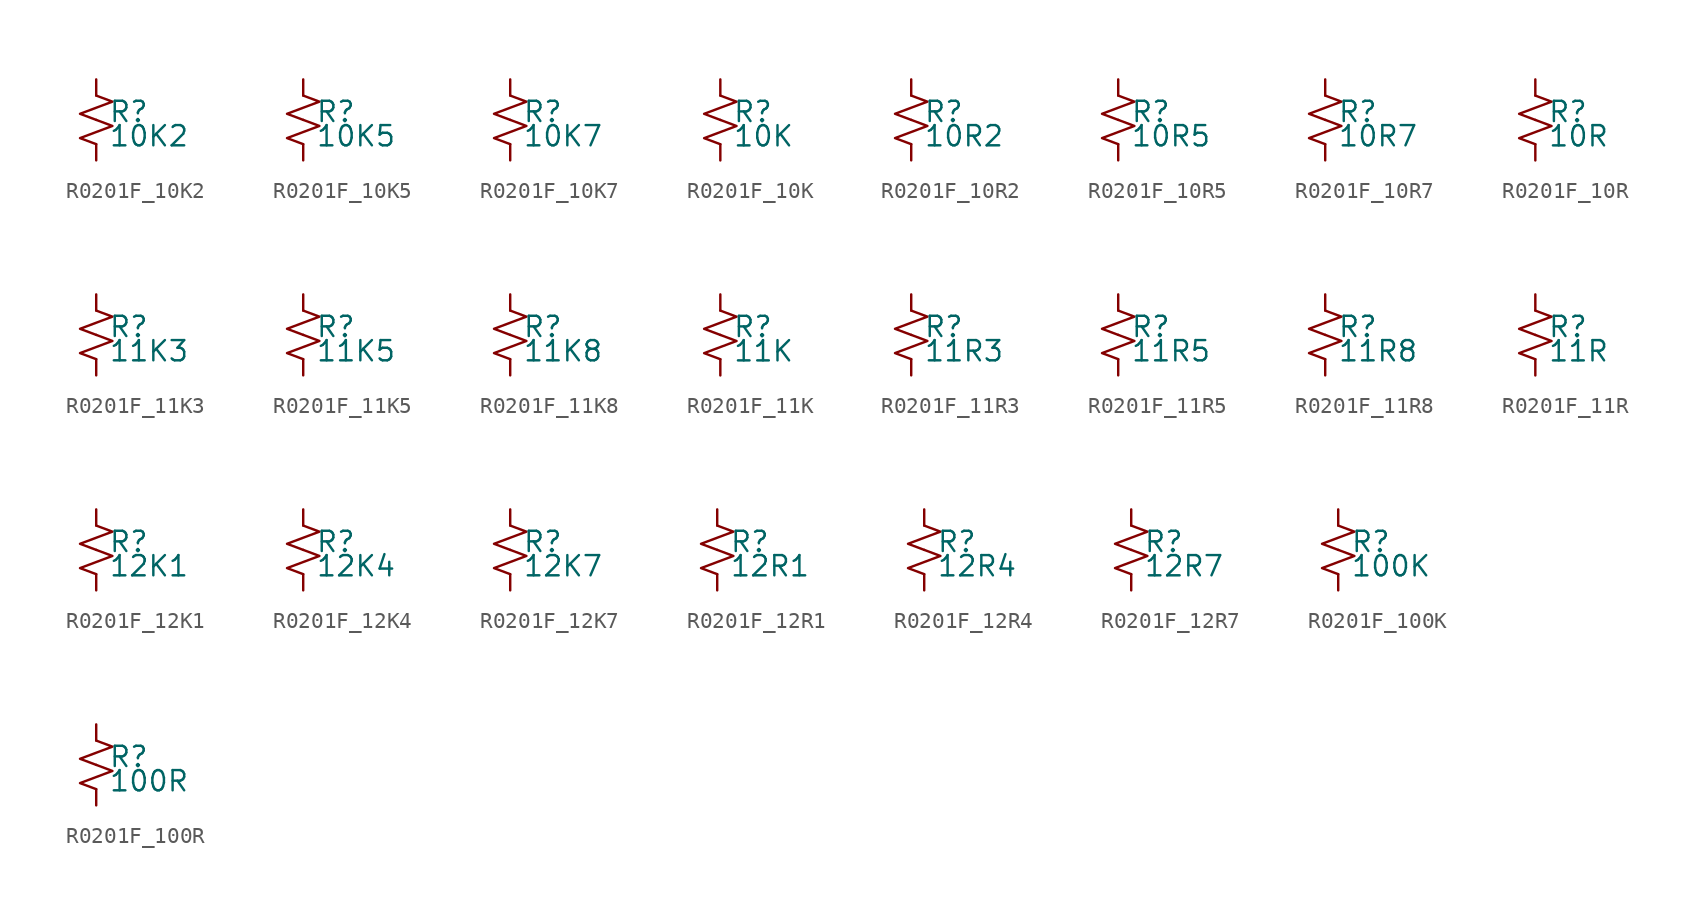
<source format=kicad_sym>
(kicad_symbol_lib
  (version 20220914)
  (generator kicad_symbol_editor)
  (symbol "R0201F_10K2"
    (pin_numbers hide)
    (pin_names
      (offset 0.254) hide)
    (property "Reference" "R"
      (at 0.762 0.508 0)
      (effects (font (size 1.27 1.27)) (justify left)))
    (property "Value" "10K2"
      (at 0.762 -1.016 0)
      (effects (font (size 1.27 1.27)) (justify left)))
    (symbol "R0201F_10K2_1_1"
      (polyline (pts (xy 0 0) (xy 1.016 -0.381) (xy 0 -0.762) (xy -1.016 -1.143) (xy 0 -1.524)) (stroke (width 0) (type default)) (fill (type none)))
      (polyline (pts (xy 0 1.524) (xy 1.016 1.143) (xy 0 0.762) (xy -1.016 0.381) (xy 0 0)) (stroke (width 0) (type default)) (fill (type none)))
      (pin passive line (at 0 2.54 270) (length 1.016) (name "~" (effects (font (size 1.27 1.27)))) (number "1" (effects (font (size 1.27 1.27)))))
      (pin passive line (at 0 -2.54 90) (length 1.016) (name "~" (effects (font (size 1.27 1.27)))) (number "2" (effects (font (size 1.27 1.27)))))))
  (symbol "R0201F_10K5"
    (pin_numbers hide)
    (pin_names
      (offset 0.254) hide)
    (property "Reference" "R"
      (at 0.762 0.508 0)
      (effects (font (size 1.27 1.27)) (justify left)))
    (property "Value" "10K5"
      (at 0.762 -1.016 0)
      (effects (font (size 1.27 1.27)) (justify left)))
    (symbol "R0201F_10K5_1_1"
      (polyline (pts (xy 0 0) (xy 1.016 -0.381) (xy 0 -0.762) (xy -1.016 -1.143) (xy 0 -1.524)) (stroke (width 0) (type default)) (fill (type none)))
      (polyline (pts (xy 0 1.524) (xy 1.016 1.143) (xy 0 0.762) (xy -1.016 0.381) (xy 0 0)) (stroke (width 0) (type default)) (fill (type none)))
      (pin passive line (at 0 2.54 270) (length 1.016) (name "~" (effects (font (size 1.27 1.27)))) (number "1" (effects (font (size 1.27 1.27)))))
      (pin passive line (at 0 -2.54 90) (length 1.016) (name "~" (effects (font (size 1.27 1.27)))) (number "2" (effects (font (size 1.27 1.27)))))))
  (symbol "R0201F_10K7"
    (pin_numbers hide)
    (pin_names
      (offset 0.254) hide)
    (property "Reference" "R"
      (at 0.762 0.508 0)
      (effects (font (size 1.27 1.27)) (justify left)))
    (property "Value" "10K7"
      (at 0.762 -1.016 0)
      (effects (font (size 1.27 1.27)) (justify left)))
    (symbol "R0201F_10K7_1_1"
      (polyline (pts (xy 0 0) (xy 1.016 -0.381) (xy 0 -0.762) (xy -1.016 -1.143) (xy 0 -1.524)) (stroke (width 0) (type default)) (fill (type none)))
      (polyline (pts (xy 0 1.524) (xy 1.016 1.143) (xy 0 0.762) (xy -1.016 0.381) (xy 0 0)) (stroke (width 0) (type default)) (fill (type none)))
      (pin passive line (at 0 2.54 270) (length 1.016) (name "~" (effects (font (size 1.27 1.27)))) (number "1" (effects (font (size 1.27 1.27)))))
      (pin passive line (at 0 -2.54 90) (length 1.016) (name "~" (effects (font (size 1.27 1.27)))) (number "2" (effects (font (size 1.27 1.27)))))))
  (symbol "R0201F_10K"
    (pin_numbers hide)
    (pin_names
      (offset 0.254) hide)
    (property "Reference" "R"
      (at 0.762 0.508 0)
      (effects (font (size 1.27 1.27)) (justify left)))
    (property "Value" "10K"
      (at 0.762 -1.016 0)
      (effects (font (size 1.27 1.27)) (justify left)))
    (symbol "R0201F_10K_1_1"
      (polyline (pts (xy 0 0) (xy 1.016 -0.381) (xy 0 -0.762) (xy -1.016 -1.143) (xy 0 -1.524)) (stroke (width 0) (type default)) (fill (type none)))
      (polyline (pts (xy 0 1.524) (xy 1.016 1.143) (xy 0 0.762) (xy -1.016 0.381) (xy 0 0)) (stroke (width 0) (type default)) (fill (type none)))
      (pin passive line (at 0 2.54 270) (length 1.016) (name "~" (effects (font (size 1.27 1.27)))) (number "1" (effects (font (size 1.27 1.27)))))
      (pin passive line (at 0 -2.54 90) (length 1.016) (name "~" (effects (font (size 1.27 1.27)))) (number "2" (effects (font (size 1.27 1.27)))))))
  (symbol "R0201F_10R2"
    (pin_numbers hide)
    (pin_names
      (offset 0.254) hide)
    (property "Reference" "R"
      (at 0.762 0.508 0)
      (effects (font (size 1.27 1.27)) (justify left)))
    (property "Value" "10R2"
      (at 0.762 -1.016 0)
      (effects (font (size 1.27 1.27)) (justify left)))
    (symbol "R0201F_10R2_1_1"
      (polyline (pts (xy 0 0) (xy 1.016 -0.381) (xy 0 -0.762) (xy -1.016 -1.143) (xy 0 -1.524)) (stroke (width 0) (type default)) (fill (type none)))
      (polyline (pts (xy 0 1.524) (xy 1.016 1.143) (xy 0 0.762) (xy -1.016 0.381) (xy 0 0)) (stroke (width 0) (type default)) (fill (type none)))
      (pin passive line (at 0 2.54 270) (length 1.016) (name "~" (effects (font (size 1.27 1.27)))) (number "1" (effects (font (size 1.27 1.27)))))
      (pin passive line (at 0 -2.54 90) (length 1.016) (name "~" (effects (font (size 1.27 1.27)))) (number "2" (effects (font (size 1.27 1.27)))))))
  (symbol "R0201F_10R5"
    (pin_numbers hide)
    (pin_names
      (offset 0.254) hide)
    (property "Reference" "R"
      (at 0.762 0.508 0)
      (effects (font (size 1.27 1.27)) (justify left)))
    (property "Value" "10R5"
      (at 0.762 -1.016 0)
      (effects (font (size 1.27 1.27)) (justify left)))
    (symbol "R0201F_10R5_1_1"
      (polyline (pts (xy 0 0) (xy 1.016 -0.381) (xy 0 -0.762) (xy -1.016 -1.143) (xy 0 -1.524)) (stroke (width 0) (type default)) (fill (type none)))
      (polyline (pts (xy 0 1.524) (xy 1.016 1.143) (xy 0 0.762) (xy -1.016 0.381) (xy 0 0)) (stroke (width 0) (type default)) (fill (type none)))
      (pin passive line (at 0 2.54 270) (length 1.016) (name "~" (effects (font (size 1.27 1.27)))) (number "1" (effects (font (size 1.27 1.27)))))
      (pin passive line (at 0 -2.54 90) (length 1.016) (name "~" (effects (font (size 1.27 1.27)))) (number "2" (effects (font (size 1.27 1.27)))))))
  (symbol "R0201F_10R7"
    (pin_numbers hide)
    (pin_names
      (offset 0.254) hide)
    (property "Reference" "R"
      (at 0.762 0.508 0)
      (effects (font (size 1.27 1.27)) (justify left)))
    (property "Value" "10R7"
      (at 0.762 -1.016 0)
      (effects (font (size 1.27 1.27)) (justify left)))
    (symbol "R0201F_10R7_1_1"
      (polyline (pts (xy 0 0) (xy 1.016 -0.381) (xy 0 -0.762) (xy -1.016 -1.143) (xy 0 -1.524)) (stroke (width 0) (type default)) (fill (type none)))
      (polyline (pts (xy 0 1.524) (xy 1.016 1.143) (xy 0 0.762) (xy -1.016 0.381) (xy 0 0)) (stroke (width 0) (type default)) (fill (type none)))
      (pin passive line (at 0 2.54 270) (length 1.016) (name "~" (effects (font (size 1.27 1.27)))) (number "1" (effects (font (size 1.27 1.27)))))
      (pin passive line (at 0 -2.54 90) (length 1.016) (name "~" (effects (font (size 1.27 1.27)))) (number "2" (effects (font (size 1.27 1.27)))))))
  (symbol "R0201F_10R"
    (pin_numbers hide)
    (pin_names
      (offset 0.254) hide)
    (property "Reference" "R"
      (at 0.762 0.508 0)
      (effects (font (size 1.27 1.27)) (justify left)))
    (property "Value" "10R"
      (at 0.762 -1.016 0)
      (effects (font (size 1.27 1.27)) (justify left)))
    (symbol "R0201F_10R_1_1"
      (polyline (pts (xy 0 0) (xy 1.016 -0.381) (xy 0 -0.762) (xy -1.016 -1.143) (xy 0 -1.524)) (stroke (width 0) (type default)) (fill (type none)))
      (polyline (pts (xy 0 1.524) (xy 1.016 1.143) (xy 0 0.762) (xy -1.016 0.381) (xy 0 0)) (stroke (width 0) (type default)) (fill (type none)))
      (pin passive line (at 0 2.54 270) (length 1.016) (name "~" (effects (font (size 1.27 1.27)))) (number "1" (effects (font (size 1.27 1.27)))))
      (pin passive line (at 0 -2.54 90) (length 1.016) (name "~" (effects (font (size 1.27 1.27)))) (number "2" (effects (font (size 1.27 1.27)))))))
  (symbol "R0201F_11K3"
    (pin_numbers hide)
    (pin_names
      (offset 0.254) hide)
    (property "Reference" "R"
      (at 0.762 0.508 0)
      (effects (font (size 1.27 1.27)) (justify left)))
    (property "Value" "11K3"
      (at 0.762 -1.016 0)
      (effects (font (size 1.27 1.27)) (justify left)))
    (symbol "R0201F_11K3_1_1"
      (polyline (pts (xy 0 0) (xy 1.016 -0.381) (xy 0 -0.762) (xy -1.016 -1.143) (xy 0 -1.524)) (stroke (width 0) (type default)) (fill (type none)))
      (polyline (pts (xy 0 1.524) (xy 1.016 1.143) (xy 0 0.762) (xy -1.016 0.381) (xy 0 0)) (stroke (width 0) (type default)) (fill (type none)))
      (pin passive line (at 0 2.54 270) (length 1.016) (name "~" (effects (font (size 1.27 1.27)))) (number "1" (effects (font (size 1.27 1.27)))))
      (pin passive line (at 0 -2.54 90) (length 1.016) (name "~" (effects (font (size 1.27 1.27)))) (number "2" (effects (font (size 1.27 1.27)))))))
  (symbol "R0201F_11K5"
    (pin_numbers hide)
    (pin_names
      (offset 0.254) hide)
    (property "Reference" "R"
      (at 0.762 0.508 0)
      (effects (font (size 1.27 1.27)) (justify left)))
    (property "Value" "11K5"
      (at 0.762 -1.016 0)
      (effects (font (size 1.27 1.27)) (justify left)))
    (symbol "R0201F_11K5_1_1"
      (polyline (pts (xy 0 0) (xy 1.016 -0.381) (xy 0 -0.762) (xy -1.016 -1.143) (xy 0 -1.524)) (stroke (width 0) (type default)) (fill (type none)))
      (polyline (pts (xy 0 1.524) (xy 1.016 1.143) (xy 0 0.762) (xy -1.016 0.381) (xy 0 0)) (stroke (width 0) (type default)) (fill (type none)))
      (pin passive line (at 0 2.54 270) (length 1.016) (name "~" (effects (font (size 1.27 1.27)))) (number "1" (effects (font (size 1.27 1.27)))))
      (pin passive line (at 0 -2.54 90) (length 1.016) (name "~" (effects (font (size 1.27 1.27)))) (number "2" (effects (font (size 1.27 1.27)))))))
  (symbol "R0201F_11K8"
    (pin_numbers hide)
    (pin_names
      (offset 0.254) hide)
    (property "Reference" "R"
      (at 0.762 0.508 0)
      (effects (font (size 1.27 1.27)) (justify left)))
    (property "Value" "11K8"
      (at 0.762 -1.016 0)
      (effects (font (size 1.27 1.27)) (justify left)))
    (symbol "R0201F_11K8_1_1"
      (polyline (pts (xy 0 0) (xy 1.016 -0.381) (xy 0 -0.762) (xy -1.016 -1.143) (xy 0 -1.524)) (stroke (width 0) (type default)) (fill (type none)))
      (polyline (pts (xy 0 1.524) (xy 1.016 1.143) (xy 0 0.762) (xy -1.016 0.381) (xy 0 0)) (stroke (width 0) (type default)) (fill (type none)))
      (pin passive line (at 0 2.54 270) (length 1.016) (name "~" (effects (font (size 1.27 1.27)))) (number "1" (effects (font (size 1.27 1.27)))))
      (pin passive line (at 0 -2.54 90) (length 1.016) (name "~" (effects (font (size 1.27 1.27)))) (number "2" (effects (font (size 1.27 1.27)))))))
  (symbol "R0201F_11K"
    (pin_numbers hide)
    (pin_names
      (offset 0.254) hide)
    (property "Reference" "R"
      (at 0.762 0.508 0)
      (effects (font (size 1.27 1.27)) (justify left)))
    (property "Value" "11K"
      (at 0.762 -1.016 0)
      (effects (font (size 1.27 1.27)) (justify left)))
    (symbol "R0201F_11K_1_1"
      (polyline (pts (xy 0 0) (xy 1.016 -0.381) (xy 0 -0.762) (xy -1.016 -1.143) (xy 0 -1.524)) (stroke (width 0) (type default)) (fill (type none)))
      (polyline (pts (xy 0 1.524) (xy 1.016 1.143) (xy 0 0.762) (xy -1.016 0.381) (xy 0 0)) (stroke (width 0) (type default)) (fill (type none)))
      (pin passive line (at 0 2.54 270) (length 1.016) (name "~" (effects (font (size 1.27 1.27)))) (number "1" (effects (font (size 1.27 1.27)))))
      (pin passive line (at 0 -2.54 90) (length 1.016) (name "~" (effects (font (size 1.27 1.27)))) (number "2" (effects (font (size 1.27 1.27)))))))
  (symbol "R0201F_11R3"
    (pin_numbers hide)
    (pin_names
      (offset 0.254) hide)
    (property "Reference" "R"
      (at 0.762 0.508 0)
      (effects (font (size 1.27 1.27)) (justify left)))
    (property "Value" "11R3"
      (at 0.762 -1.016 0)
      (effects (font (size 1.27 1.27)) (justify left)))
    (symbol "R0201F_11R3_1_1"
      (polyline (pts (xy 0 0) (xy 1.016 -0.381) (xy 0 -0.762) (xy -1.016 -1.143) (xy 0 -1.524)) (stroke (width 0) (type default)) (fill (type none)))
      (polyline (pts (xy 0 1.524) (xy 1.016 1.143) (xy 0 0.762) (xy -1.016 0.381) (xy 0 0)) (stroke (width 0) (type default)) (fill (type none)))
      (pin passive line (at 0 2.54 270) (length 1.016) (name "~" (effects (font (size 1.27 1.27)))) (number "1" (effects (font (size 1.27 1.27)))))
      (pin passive line (at 0 -2.54 90) (length 1.016) (name "~" (effects (font (size 1.27 1.27)))) (number "2" (effects (font (size 1.27 1.27)))))))
  (symbol "R0201F_11R5"
    (pin_numbers hide)
    (pin_names
      (offset 0.254) hide)
    (property "Reference" "R"
      (at 0.762 0.508 0)
      (effects (font (size 1.27 1.27)) (justify left)))
    (property "Value" "11R5"
      (at 0.762 -1.016 0)
      (effects (font (size 1.27 1.27)) (justify left)))
    (symbol "R0201F_11R5_1_1"
      (polyline (pts (xy 0 0) (xy 1.016 -0.381) (xy 0 -0.762) (xy -1.016 -1.143) (xy 0 -1.524)) (stroke (width 0) (type default)) (fill (type none)))
      (polyline (pts (xy 0 1.524) (xy 1.016 1.143) (xy 0 0.762) (xy -1.016 0.381) (xy 0 0)) (stroke (width 0) (type default)) (fill (type none)))
      (pin passive line (at 0 2.54 270) (length 1.016) (name "~" (effects (font (size 1.27 1.27)))) (number "1" (effects (font (size 1.27 1.27)))))
      (pin passive line (at 0 -2.54 90) (length 1.016) (name "~" (effects (font (size 1.27 1.27)))) (number "2" (effects (font (size 1.27 1.27)))))))
  (symbol "R0201F_11R8"
    (pin_numbers hide)
    (pin_names
      (offset 0.254) hide)
    (property "Reference" "R"
      (at 0.762 0.508 0)
      (effects (font (size 1.27 1.27)) (justify left)))
    (property "Value" "11R8"
      (at 0.762 -1.016 0)
      (effects (font (size 1.27 1.27)) (justify left)))
    (symbol "R0201F_11R8_1_1"
      (polyline (pts (xy 0 0) (xy 1.016 -0.381) (xy 0 -0.762) (xy -1.016 -1.143) (xy 0 -1.524)) (stroke (width 0) (type default)) (fill (type none)))
      (polyline (pts (xy 0 1.524) (xy 1.016 1.143) (xy 0 0.762) (xy -1.016 0.381) (xy 0 0)) (stroke (width 0) (type default)) (fill (type none)))
      (pin passive line (at 0 2.54 270) (length 1.016) (name "~" (effects (font (size 1.27 1.27)))) (number "1" (effects (font (size 1.27 1.27)))))
      (pin passive line (at 0 -2.54 90) (length 1.016) (name "~" (effects (font (size 1.27 1.27)))) (number "2" (effects (font (size 1.27 1.27)))))))
  (symbol "R0201F_11R"
    (pin_numbers hide)
    (pin_names
      (offset 0.254) hide)
    (property "Reference" "R"
      (at 0.762 0.508 0)
      (effects (font (size 1.27 1.27)) (justify left)))
    (property "Value" "11R"
      (at 0.762 -1.016 0)
      (effects (font (size 1.27 1.27)) (justify left)))
    (symbol "R0201F_11R_1_1"
      (polyline (pts (xy 0 0) (xy 1.016 -0.381) (xy 0 -0.762) (xy -1.016 -1.143) (xy 0 -1.524)) (stroke (width 0) (type default)) (fill (type none)))
      (polyline (pts (xy 0 1.524) (xy 1.016 1.143) (xy 0 0.762) (xy -1.016 0.381) (xy 0 0)) (stroke (width 0) (type default)) (fill (type none)))
      (pin passive line (at 0 2.54 270) (length 1.016) (name "~" (effects (font (size 1.27 1.27)))) (number "1" (effects (font (size 1.27 1.27)))))
      (pin passive line (at 0 -2.54 90) (length 1.016) (name "~" (effects (font (size 1.27 1.27)))) (number "2" (effects (font (size 1.27 1.27)))))))
  (symbol "R0201F_12K1"
    (pin_numbers hide)
    (pin_names
      (offset 0.254) hide)
    (property "Reference" "R"
      (at 0.762 0.508 0)
      (effects (font (size 1.27 1.27)) (justify left)))
    (property "Value" "12K1"
      (at 0.762 -1.016 0)
      (effects (font (size 1.27 1.27)) (justify left)))
    (symbol "R0201F_12K1_1_1"
      (polyline (pts (xy 0 0) (xy 1.016 -0.381) (xy 0 -0.762) (xy -1.016 -1.143) (xy 0 -1.524)) (stroke (width 0) (type default)) (fill (type none)))
      (polyline (pts (xy 0 1.524) (xy 1.016 1.143) (xy 0 0.762) (xy -1.016 0.381) (xy 0 0)) (stroke (width 0) (type default)) (fill (type none)))
      (pin passive line (at 0 2.54 270) (length 1.016) (name "~" (effects (font (size 1.27 1.27)))) (number "1" (effects (font (size 1.27 1.27)))))
      (pin passive line (at 0 -2.54 90) (length 1.016) (name "~" (effects (font (size 1.27 1.27)))) (number "2" (effects (font (size 1.27 1.27)))))))
  (symbol "R0201F_12K4"
    (pin_numbers hide)
    (pin_names
      (offset 0.254) hide)
    (property "Reference" "R"
      (at 0.762 0.508 0)
      (effects (font (size 1.27 1.27)) (justify left)))
    (property "Value" "12K4"
      (at 0.762 -1.016 0)
      (effects (font (size 1.27 1.27)) (justify left)))
    (symbol "R0201F_12K4_1_1"
      (polyline (pts (xy 0 0) (xy 1.016 -0.381) (xy 0 -0.762) (xy -1.016 -1.143) (xy 0 -1.524)) (stroke (width 0) (type default)) (fill (type none)))
      (polyline (pts (xy 0 1.524) (xy 1.016 1.143) (xy 0 0.762) (xy -1.016 0.381) (xy 0 0)) (stroke (width 0) (type default)) (fill (type none)))
      (pin passive line (at 0 2.54 270) (length 1.016) (name "~" (effects (font (size 1.27 1.27)))) (number "1" (effects (font (size 1.27 1.27)))))
      (pin passive line (at 0 -2.54 90) (length 1.016) (name "~" (effects (font (size 1.27 1.27)))) (number "2" (effects (font (size 1.27 1.27)))))))
  (symbol "R0201F_12K7"
    (pin_numbers hide)
    (pin_names
      (offset 0.254) hide)
    (property "Reference" "R"
      (at 0.762 0.508 0)
      (effects (font (size 1.27 1.27)) (justify left)))
    (property "Value" "12K7"
      (at 0.762 -1.016 0)
      (effects (font (size 1.27 1.27)) (justify left)))
    (symbol "R0201F_12K7_1_1"
      (polyline (pts (xy 0 0) (xy 1.016 -0.381) (xy 0 -0.762) (xy -1.016 -1.143) (xy 0 -1.524)) (stroke (width 0) (type default)) (fill (type none)))
      (polyline (pts (xy 0 1.524) (xy 1.016 1.143) (xy 0 0.762) (xy -1.016 0.381) (xy 0 0)) (stroke (width 0) (type default)) (fill (type none)))
      (pin passive line (at 0 2.54 270) (length 1.016) (name "~" (effects (font (size 1.27 1.27)))) (number "1" (effects (font (size 1.27 1.27)))))
      (pin passive line (at 0 -2.54 90) (length 1.016) (name "~" (effects (font (size 1.27 1.27)))) (number "2" (effects (font (size 1.27 1.27)))))))
  (symbol "R0201F_12R1"
    (pin_numbers hide)
    (pin_names
      (offset 0.254) hide)
    (property "Reference" "R"
      (at 0.762 0.508 0)
      (effects (font (size 1.27 1.27)) (justify left)))
    (property "Value" "12R1"
      (at 0.762 -1.016 0)
      (effects (font (size 1.27 1.27)) (justify left)))
    (symbol "R0201F_12R1_1_1"
      (polyline (pts (xy 0 0) (xy 1.016 -0.381) (xy 0 -0.762) (xy -1.016 -1.143) (xy 0 -1.524)) (stroke (width 0) (type default)) (fill (type none)))
      (polyline (pts (xy 0 1.524) (xy 1.016 1.143) (xy 0 0.762) (xy -1.016 0.381) (xy 0 0)) (stroke (width 0) (type default)) (fill (type none)))
      (pin passive line (at 0 2.54 270) (length 1.016) (name "~" (effects (font (size 1.27 1.27)))) (number "1" (effects (font (size 1.27 1.27)))))
      (pin passive line (at 0 -2.54 90) (length 1.016) (name "~" (effects (font (size 1.27 1.27)))) (number "2" (effects (font (size 1.27 1.27)))))))
  (symbol "R0201F_12R4"
    (pin_numbers hide)
    (pin_names
      (offset 0.254) hide)
    (property "Reference" "R"
      (at 0.762 0.508 0)
      (effects (font (size 1.27 1.27)) (justify left)))
    (property "Value" "12R4"
      (at 0.762 -1.016 0)
      (effects (font (size 1.27 1.27)) (justify left)))
    (symbol "R0201F_12R4_1_1"
      (polyline (pts (xy 0 0) (xy 1.016 -0.381) (xy 0 -0.762) (xy -1.016 -1.143) (xy 0 -1.524)) (stroke (width 0) (type default)) (fill (type none)))
      (polyline (pts (xy 0 1.524) (xy 1.016 1.143) (xy 0 0.762) (xy -1.016 0.381) (xy 0 0)) (stroke (width 0) (type default)) (fill (type none)))
      (pin passive line (at 0 2.54 270) (length 1.016) (name "~" (effects (font (size 1.27 1.27)))) (number "1" (effects (font (size 1.27 1.27)))))
      (pin passive line (at 0 -2.54 90) (length 1.016) (name "~" (effects (font (size 1.27 1.27)))) (number "2" (effects (font (size 1.27 1.27)))))))
  (symbol "R0201F_12R7"
    (pin_numbers hide)
    (pin_names
      (offset 0.254) hide)
    (property "Reference" "R"
      (at 0.762 0.508 0)
      (effects (font (size 1.27 1.27)) (justify left)))
    (property "Value" "12R7"
      (at 0.762 -1.016 0)
      (effects (font (size 1.27 1.27)) (justify left)))
    (symbol "R0201F_12R7_1_1"
      (polyline (pts (xy 0 0) (xy 1.016 -0.381) (xy 0 -0.762) (xy -1.016 -1.143) (xy 0 -1.524)) (stroke (width 0) (type default)) (fill (type none)))
      (polyline (pts (xy 0 1.524) (xy 1.016 1.143) (xy 0 0.762) (xy -1.016 0.381) (xy 0 0)) (stroke (width 0) (type default)) (fill (type none)))
      (pin passive line (at 0 2.54 270) (length 1.016) (name "~" (effects (font (size 1.27 1.27)))) (number "1" (effects (font (size 1.27 1.27)))))
      (pin passive line (at 0 -2.54 90) (length 1.016) (name "~" (effects (font (size 1.27 1.27)))) (number "2" (effects (font (size 1.27 1.27)))))))
  (symbol "R0201F_100K"
    (pin_numbers hide)
    (pin_names
      (offset 0.254) hide)
    (property "Reference" "R"
      (at 0.762 0.508 0)
      (effects (font (size 1.27 1.27)) (justify left)))
    (property "Value" "100K"
      (at 0.762 -1.016 0)
      (effects (font (size 1.27 1.27)) (justify left)))
    (symbol "R0201F_100K_1_1"
      (polyline (pts (xy 0 0) (xy 1.016 -0.381) (xy 0 -0.762) (xy -1.016 -1.143) (xy 0 -1.524)) (stroke (width 0) (type default)) (fill (type none)))
      (polyline (pts (xy 0 1.524) (xy 1.016 1.143) (xy 0 0.762) (xy -1.016 0.381) (xy 0 0)) (stroke (width 0) (type default)) (fill (type none)))
      (pin passive line (at 0 2.54 270) (length 1.016) (name "~" (effects (font (size 1.27 1.27)))) (number "1" (effects (font (size 1.27 1.27)))))
      (pin passive line (at 0 -2.54 90) (length 1.016) (name "~" (effects (font (size 1.27 1.27)))) (number "2" (effects (font (size 1.27 1.27)))))))
  (symbol "R0201F_100R"
    (pin_numbers hide)
    (pin_names
      (offset 0.254) hide)
    (property "Reference" "R"
      (at 0.762 0.508 0)
      (effects (font (size 1.27 1.27)) (justify left)))
    (property "Value" "100R"
      (at 0.762 -1.016 0)
      (effects (font (size 1.27 1.27)) (justify left)))
    (symbol "R0201F_100R_1_1"
      (polyline (pts (xy 0 0) (xy 1.016 -0.381) (xy 0 -0.762) (xy -1.016 -1.143) (xy 0 -1.524)) (stroke (width 0) (type default)) (fill (type none)))
      (polyline (pts (xy 0 1.524) (xy 1.016 1.143) (xy 0 0.762) (xy -1.016 0.381) (xy 0 0)) (stroke (width 0) (type default)) (fill (type none)))
      (pin passive line (at 0 2.54 270) (length 1.016) (name "~" (effects (font (size 1.27 1.27)))) (number "1" (effects (font (size 1.27 1.27)))))
      (pin passive line (at 0 -2.54 90) (length 1.016) (name "~" (effects (font (size 1.27 1.27)))) (number "2" (effects (font (size 1.27 1.27))))))))
</source>
